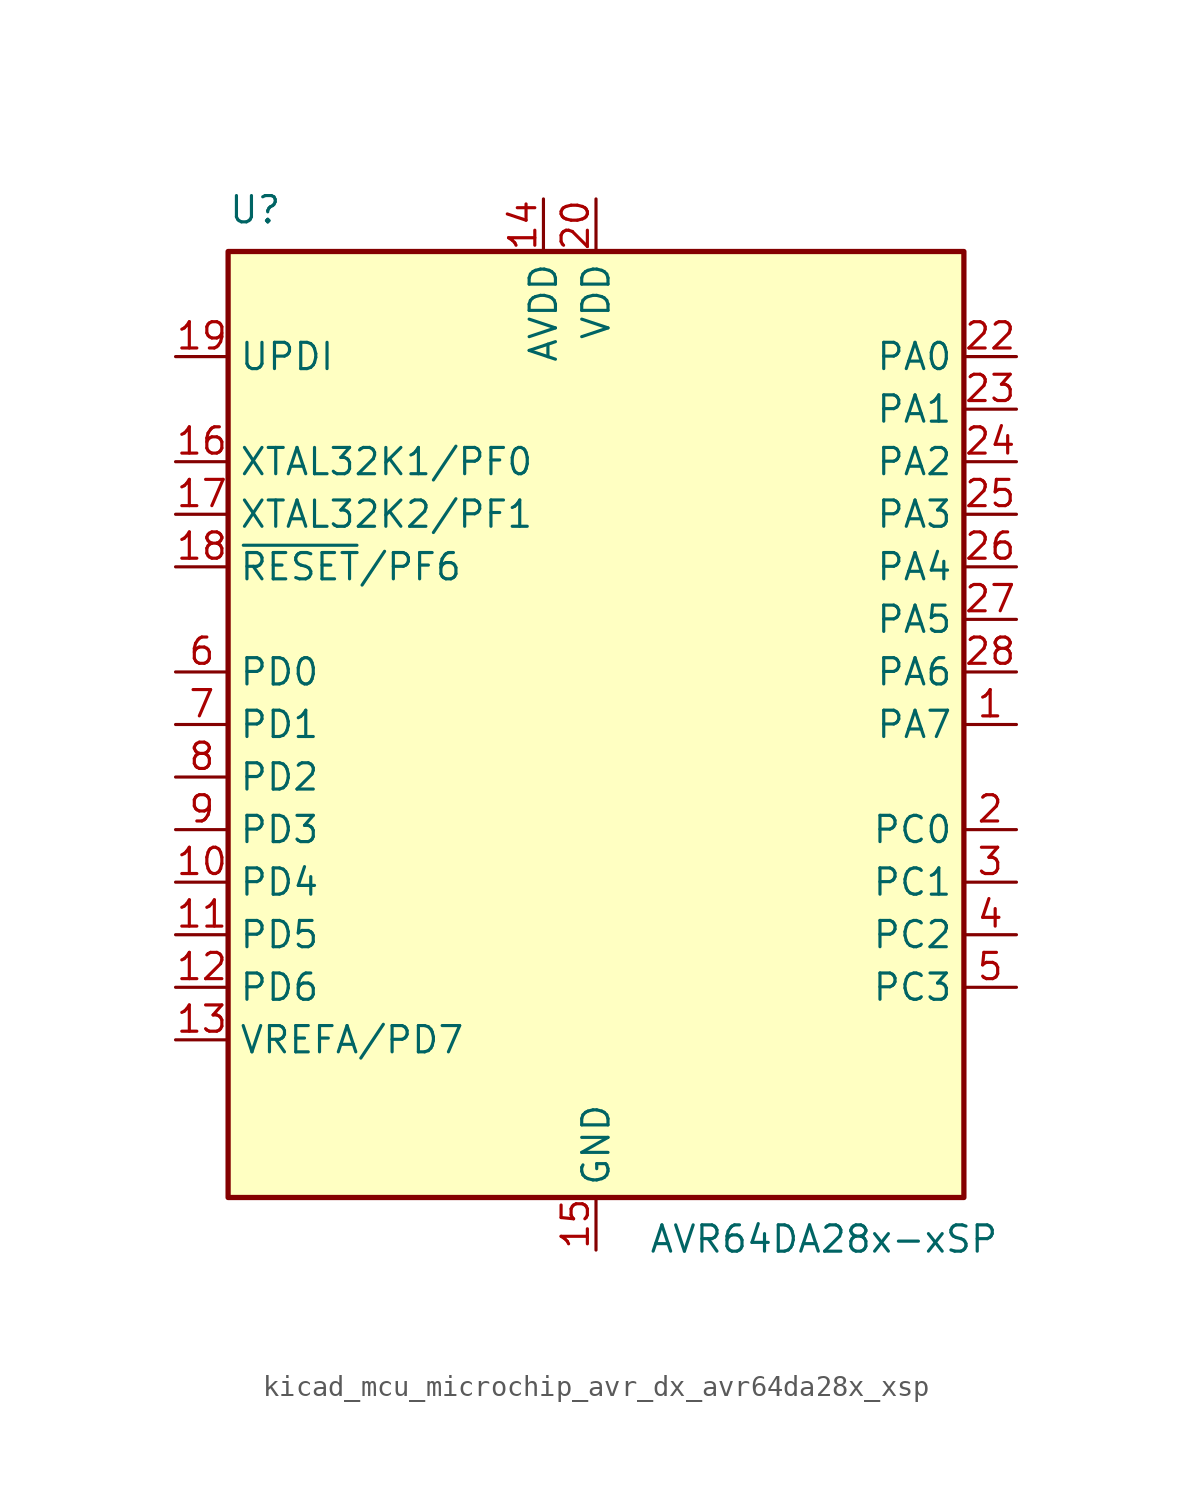
<source format=kicad_sym>
(kicad_symbol_lib
  (version 20220914)
  (generator kicad_symbol_editor)
  (symbol "kicad_mcu_microchip_avr_dx_avr64da28x_xsp"
    (property "Reference" "U"
      (at -17.78 24.13 0)
      (effects (font (size 1.27 1.27)) (justify left bottom)))
    (property "Value" "AVR64DA28x-xSP"
      (at 2.54 -24.13 0)
      (effects (font (size 1.27 1.27)) (justify left top)))
    (symbol "kicad_mcu_microchip_avr_dx_avr64da28x_xsp_0_1"
      (rectangle (start -17.78 22.86) (end 17.78 -22.86) (stroke (width 0.254) (type default)) (fill (type background))))
    (symbol "kicad_mcu_microchip_avr_dx_avr64da28x_xsp_1_1"
      (pin bidirectional line (at 20.32 0 180) (length 2.54) (name "PA7" (effects (font (size 1.27 1.27)))) (number "1" (effects (font (size 1.27 1.27)))))
      (pin bidirectional line (at -20.32 -7.62 0) (length 2.54) (name "PD4" (effects (font (size 1.27 1.27)))) (number "10" (effects (font (size 1.27 1.27)))))
      (pin bidirectional line (at -20.32 -10.16 0) (length 2.54) (name "PD5" (effects (font (size 1.27 1.27)))) (number "11" (effects (font (size 1.27 1.27)))))
      (pin bidirectional line (at -20.32 -12.7 0) (length 2.54) (name "PD6" (effects (font (size 1.27 1.27)))) (number "12" (effects (font (size 1.27 1.27)))))
      (pin bidirectional line (at -20.32 -15.24 0) (length 2.54) (name "VREFA/PD7" (effects (font (size 1.27 1.27)))) (number "13" (effects (font (size 1.27 1.27)))))
      (pin power_in line (at -2.54 25.4 270) (length 2.54) (name "AVDD" (effects (font (size 1.27 1.27)))) (number "14" (effects (font (size 1.27 1.27)))))
      (pin power_in line (at 0 -25.4 90) (length 2.54) (name "GND" (effects (font (size 1.27 1.27)))) (number "15" (effects (font (size 1.27 1.27)))))
      (pin bidirectional line (at -20.32 12.7 0) (length 2.54) (name "XTAL32K1/PF0" (effects (font (size 1.27 1.27)))) (number "16" (effects (font (size 1.27 1.27)))))
      (pin bidirectional line (at -20.32 10.16 0) (length 2.54) (name "XTAL32K2/PF1" (effects (font (size 1.27 1.27)))) (number "17" (effects (font (size 1.27 1.27)))))
      (pin bidirectional line (at -20.32 7.62 0) (length 2.54) (name "~{RESET}/PF6" (effects (font (size 1.27 1.27)))) (number "18" (effects (font (size 1.27 1.27)))))
      (pin input line (at -20.32 17.78 0) (length 2.54) (name "UPDI" (effects (font (size 1.27 1.27)))) (number "19" (effects (font (size 1.27 1.27)))))
      (pin bidirectional line (at 20.32 -5.08 180) (length 2.54) (name "PC0" (effects (font (size 1.27 1.27)))) (number "2" (effects (font (size 1.27 1.27)))))
      (pin power_in line (at 0 25.4 270) (length 2.54) (name "VDD" (effects (font (size 1.27 1.27)))) (number "20" (effects (font (size 1.27 1.27)))))
      (pin passive line (at 0 -25.4 90) (length 2.54) hide (name "GND" (effects (font (size 1.27 1.27)))) (number "21" (effects (font (size 1.27 1.27)))))
      (pin bidirectional line (at 20.32 17.78 180) (length 2.54) (name "PA0" (effects (font (size 1.27 1.27)))) (number "22" (effects (font (size 1.27 1.27)))))
      (pin bidirectional line (at 20.32 15.24 180) (length 2.54) (name "PA1" (effects (font (size 1.27 1.27)))) (number "23" (effects (font (size 1.27 1.27)))))
      (pin bidirectional line (at 20.32 12.7 180) (length 2.54) (name "PA2" (effects (font (size 1.27 1.27)))) (number "24" (effects (font (size 1.27 1.27)))))
      (pin bidirectional line (at 20.32 10.16 180) (length 2.54) (name "PA3" (effects (font (size 1.27 1.27)))) (number "25" (effects (font (size 1.27 1.27)))))
      (pin bidirectional line (at 20.32 7.62 180) (length 2.54) (name "PA4" (effects (font (size 1.27 1.27)))) (number "26" (effects (font (size 1.27 1.27)))))
      (pin bidirectional line (at 20.32 5.08 180) (length 2.54) (name "PA5" (effects (font (size 1.27 1.27)))) (number "27" (effects (font (size 1.27 1.27)))))
      (pin bidirectional line (at 20.32 2.54 180) (length 2.54) (name "PA6" (effects (font (size 1.27 1.27)))) (number "28" (effects (font (size 1.27 1.27)))))
      (pin bidirectional line (at 20.32 -7.62 180) (length 2.54) (name "PC1" (effects (font (size 1.27 1.27)))) (number "3" (effects (font (size 1.27 1.27)))))
      (pin bidirectional line (at 20.32 -10.16 180) (length 2.54) (name "PC2" (effects (font (size 1.27 1.27)))) (number "4" (effects (font (size 1.27 1.27)))))
      (pin bidirectional line (at 20.32 -12.7 180) (length 2.54) (name "PC3" (effects (font (size 1.27 1.27)))) (number "5" (effects (font (size 1.27 1.27)))))
      (pin bidirectional line (at -20.32 2.54 0) (length 2.54) (name "PD0" (effects (font (size 1.27 1.27)))) (number "6" (effects (font (size 1.27 1.27)))))
      (pin bidirectional line (at -20.32 0 0) (length 2.54) (name "PD1" (effects (font (size 1.27 1.27)))) (number "7" (effects (font (size 1.27 1.27)))))
      (pin bidirectional line (at -20.32 -2.54 0) (length 2.54) (name "PD2" (effects (font (size 1.27 1.27)))) (number "8" (effects (font (size 1.27 1.27)))))
      (pin bidirectional line (at -20.32 -5.08 0) (length 2.54) (name "PD3" (effects (font (size 1.27 1.27)))) (number "9" (effects (font (size 1.27 1.27))))))))
</source>
